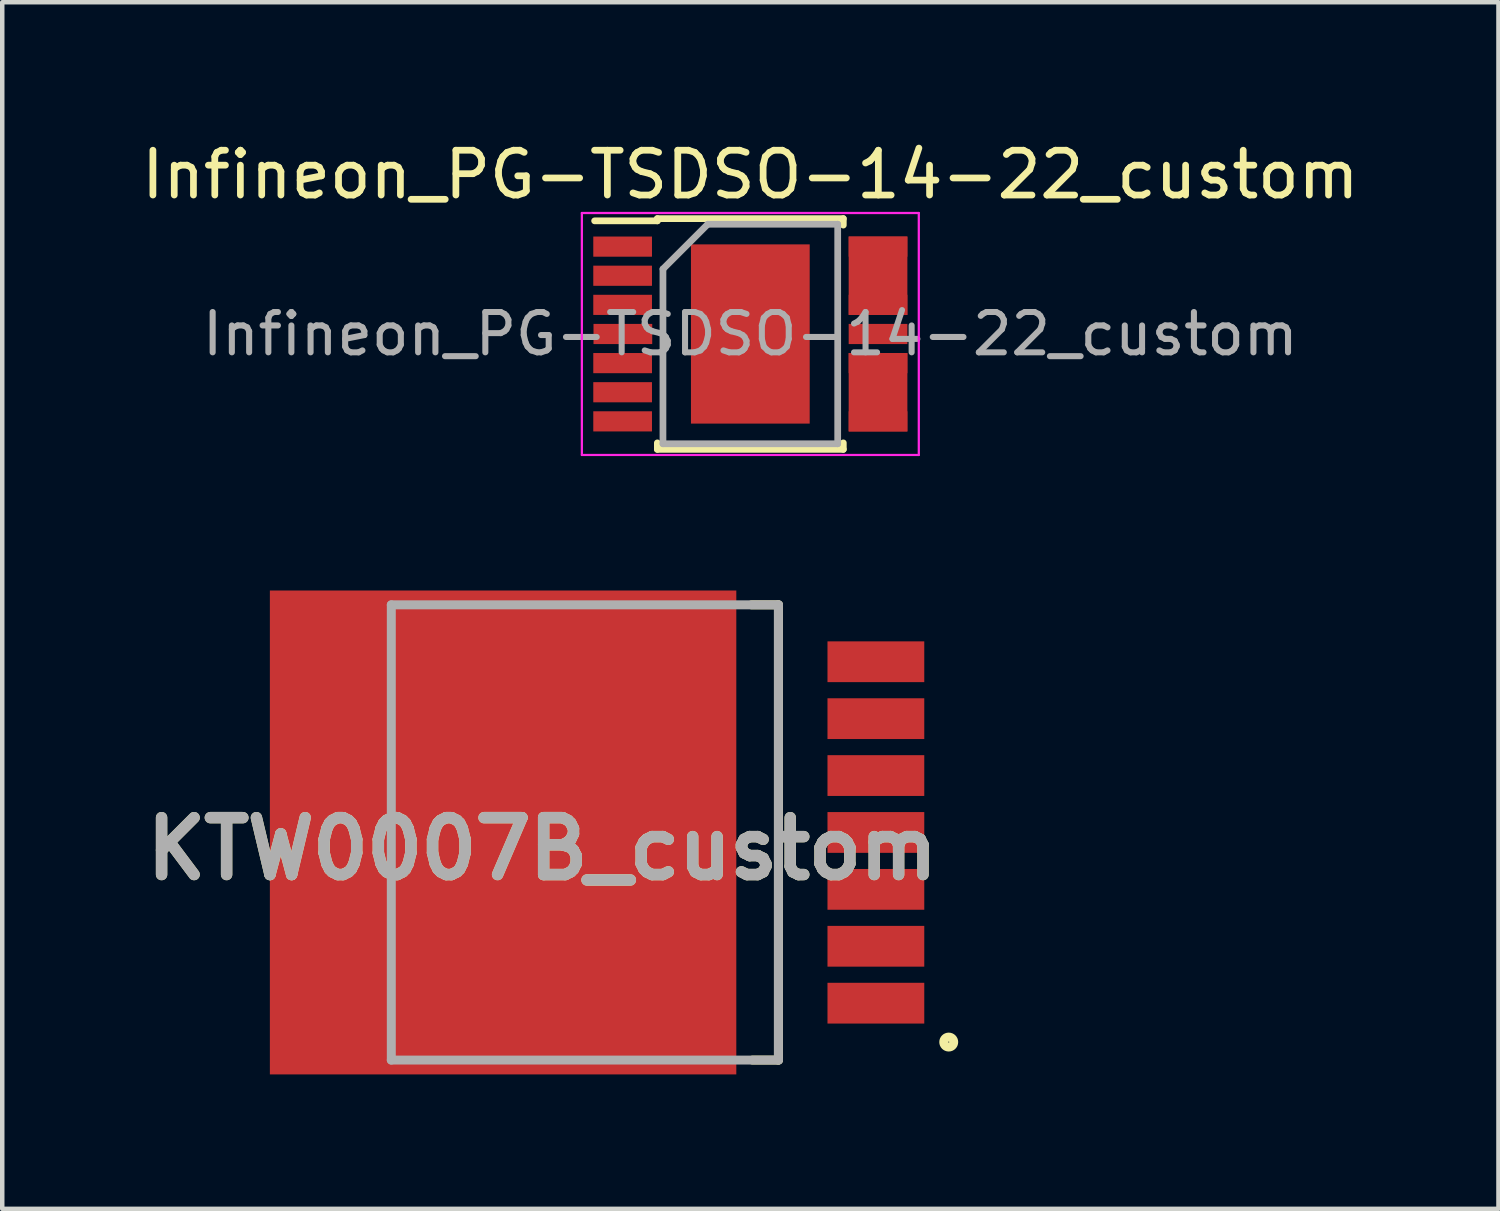
<source format=kicad_pcb>
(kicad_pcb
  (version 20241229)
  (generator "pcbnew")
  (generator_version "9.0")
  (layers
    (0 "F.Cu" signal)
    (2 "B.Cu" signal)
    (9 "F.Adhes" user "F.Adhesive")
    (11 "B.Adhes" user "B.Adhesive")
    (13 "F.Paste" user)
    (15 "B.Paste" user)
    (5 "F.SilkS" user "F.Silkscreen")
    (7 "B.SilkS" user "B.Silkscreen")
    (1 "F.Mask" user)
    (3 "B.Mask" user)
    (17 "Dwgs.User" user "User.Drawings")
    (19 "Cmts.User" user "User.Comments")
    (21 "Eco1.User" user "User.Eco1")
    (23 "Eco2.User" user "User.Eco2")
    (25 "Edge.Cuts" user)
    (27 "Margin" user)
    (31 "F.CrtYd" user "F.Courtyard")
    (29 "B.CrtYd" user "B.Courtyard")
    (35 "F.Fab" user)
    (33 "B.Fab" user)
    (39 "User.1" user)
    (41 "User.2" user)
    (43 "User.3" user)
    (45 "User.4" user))
  (footprint "KTW0007B_custom"
    (layer "F.Cu")
    (at 14.323 10.449)
    (property "Reference" "KTW0007B_custom" (at -5.27 5.445 0) (layer "F.SilkS") (effects (font (size 1.27 1.27) (thickness 0.254))))
    (attr smd)
    (fp_line (start 0 0) (end -0.601 0) (stroke (width 0.2) (type solid)) (layer "F.SilkS"))
    (fp_line (start 0 0) (end 0 10.16) (stroke (width 0.2) (type solid)) (layer "F.SilkS"))
    (fp_line (start 0 10.16) (end -0.579 10.16) (stroke (width 0.2) (type solid)) (layer "F.SilkS"))
    (fp_circle (center 3.801 9.758) (end 3.801 9.869) (stroke (width 0.2) (type solid)) (fill no) (layer "F.SilkS"))
    (fp_rect (start -11.01 0.527) (end -8.29 4.853) (stroke (width 0.1) (type solid)) (fill yes) (layer "F.Paste"))
    (fp_rect (start -11.01 5.527) (end -8.29 9.852) (stroke (width 0.1) (type solid)) (fill yes) (layer "F.Paste"))
    (fp_rect (start -7.51 0.527) (end -4.79 4.853) (stroke (width 0.1) (type solid)) (fill yes) (layer "F.Paste"))
    (fp_rect (start -7.51 5.527) (end -4.79 9.852) (stroke (width 0.1) (type solid)) (fill yes) (layer "F.Paste"))
    (fp_rect (start -4.01 0.527) (end -1.29 4.853) (stroke (width 0.1) (type solid)) (fill yes) (layer "F.Paste"))
    (fp_rect (start -4.01 5.527) (end -1.29 9.852) (stroke (width 0.1) (type solid)) (fill yes) (layer "F.Paste"))
    (fp_line (start -8.64 0) (end 0 0) (stroke (width 0.2) (type solid)) (layer "F.Fab"))
    (fp_line (start -8.64 10.16) (end -8.64 0) (stroke (width 0.2) (type solid)) (layer "F.Fab"))
    (fp_line (start 0 0) (end 0 10.16) (stroke (width 0.2) (type solid)) (layer "F.Fab"))
    (fp_line (start 0 10.16) (end -8.64 10.16) (stroke (width 0.2) (type solid)) (layer "F.Fab"))
    (fp_text user "${REFERENCE}" (at -5.27 5.445 0) (layer "F.Fab") (effects (font (size 1.27 1.27) (thickness 0.254))))
    (pad "1" smd rect (at 2.175 8.89 90) (size 0.91 2.16) (layers "F.Cu" "F.Mask" "F.Paste"))
    (pad "2" smd rect (at 2.175 7.62 90) (size 0.91 2.16) (layers "F.Cu" "F.Mask" "F.Paste"))
    (pad "3" smd rect (at 2.175 6.35 90) (size 0.91 2.16) (layers "F.Cu" "F.Mask" "F.Paste"))
    (pad "4" smd rect (at 2.175 5.08 90) (size 0.91 2.16) (layers "F.Cu" "F.Mask" "F.Paste"))
    (pad "5" smd rect (at 2.175 3.81 90) (size 0.91 2.16) (layers "F.Cu" "F.Mask" "F.Paste"))
    (pad "6" smd rect (at 2.175 2.54 90) (size 0.91 2.16) (layers "F.Cu" "F.Mask" "F.Paste"))
    (pad "7" smd rect (at 2.175 1.27 90) (size 0.91 2.16) (layers "F.Cu" "F.Mask" "F.Paste"))
    (pad "8" smd rect (at -6.145 5.08) (size 10.41 10.8) (layers "F.Cu" "F.Mask")))
  (footprint "Infineon_PG-TSDSO-14-22_custom"
    (layer "F.Cu")
    (at 13.696 4.404)
    (property "Reference" "Infineon_PG-TSDSO-14-22_custom" (at 0 -3.556 180) (layer "F.SilkS") (effects (font (size 1 1) (thickness 0.15))))
    (attr smd)
    (fp_line (start -2.075 -2.575) (end -2.075 -2.525) (stroke (width 0.15) (type solid)) (layer "F.SilkS"))
    (fp_line (start -2.075 -2.575) (end 2.075 -2.575) (stroke (width 0.15) (type solid)) (layer "F.SilkS"))
    (fp_line (start -2.075 -2.525) (end -3.475 -2.525) (stroke (width 0.15) (type solid)) (layer "F.SilkS"))
    (fp_line (start -2.075 2.575) (end -2.075 2.43) (stroke (width 0.15) (type solid)) (layer "F.SilkS"))
    (fp_line (start -2.075 2.575) (end 2.075 2.575) (stroke (width 0.15) (type solid)) (layer "F.SilkS"))
    (fp_line (start 2.075 -2.575) (end 2.075 -2.43) (stroke (width 0.15) (type solid)) (layer "F.SilkS"))
    (fp_line (start 2.075 2.575) (end 2.075 2.43) (stroke (width 0.15) (type solid)) (layer "F.SilkS"))
    (fp_line (start -3.76 -2.7) (end -3.76 2.7) (stroke (width 0.05) (type solid)) (layer "F.CrtYd"))
    (fp_line (start -3.76 -2.7) (end 3.76 -2.7) (stroke (width 0.05) (type solid)) (layer "F.CrtYd"))
    (fp_line (start -3.76 2.7) (end 3.76 2.7) (stroke (width 0.05) (type solid)) (layer "F.CrtYd"))
    (fp_line (start 3.76 -2.7) (end 3.76 2.7) (stroke (width 0.05) (type solid)) (layer "F.CrtYd"))
    (fp_line (start -1.95 -1.45) (end -0.95 -2.45) (stroke (width 0.15) (type solid)) (layer "F.Fab"))
    (fp_line (start -1.95 2.45) (end -1.95 -1.45) (stroke (width 0.15) (type solid)) (layer "F.Fab"))
    (fp_line (start -0.95 -2.45) (end 1.95 -2.45) (stroke (width 0.15) (type solid)) (layer "F.Fab"))
    (fp_line (start 1.95 -2.45) (end 1.95 2.45) (stroke (width 0.15) (type solid)) (layer "F.Fab"))
    (fp_line (start 1.95 2.45) (end -1.95 2.45) (stroke (width 0.15) (type solid)) (layer "F.Fab"))
    (fp_text user "${REFERENCE}" (at 0 0 180) (layer "F.Fab") (effects (font (size 0.9 0.9) (thickness 0.135))))
    (pad "" smd rect (at 0 -1.075) (size 2.65 1.85) (layers "F.Paste"))
    (pad "" smd rect (at 0 1.075) (size 2.65 1.85) (layers "F.Paste"))
    (pad "1" smd rect (at -2.85 -1.95) (size 1.31 0.45) (layers "F.Cu" "F.Mask" "F.Paste"))
    (pad "2" smd rect (at -2.85 -1.3) (size 1.31 0.45) (layers "F.Cu" "F.Mask" "F.Paste"))
    (pad "3" smd rect (at -2.85 -0.65) (size 1.31 0.45) (layers "F.Cu" "F.Mask" "F.Paste"))
    (pad "4" smd rect (at -2.845 0) (size 1.31 0.45) (layers "F.Cu" "F.Mask" "F.Paste"))
    (pad "5" smd rect (at -2.85 0.65) (size 1.31 0.45) (layers "F.Cu" "F.Mask" "F.Paste"))
    (pad "6" smd rect (at -2.85 1.3) (size 1.31 0.45) (layers "F.Cu" "F.Mask" "F.Paste"))
    (pad "7" smd rect (at -2.85 1.95) (size 1.31 0.45) (layers "F.Cu" "F.Mask" "F.Paste"))
    (pad "8" smd rect (at 2.85 1.95) (size 1.31 0.45) (layers "F.Cu" "F.Mask" "F.Paste"))
    (pad "9" smd rect (at 2.85 1.3) (size 1.31 1.75) (layers "F.Cu" "F.Mask" "F.Paste"))
    (pad "10" smd rect (at 2.85 0.65) (size 1.31 0.45) (layers "F.Cu" "F.Mask" "F.Paste"))
    (pad "11" smd rect (at 2.85 0) (size 1.31 0.45) (layers "F.Cu" "F.Mask" "F.Paste"))
    (pad "12" smd rect (at 2.85 -0.65) (size 1.31 0.45) (layers "F.Cu" "F.Mask" "F.Paste"))
    (pad "13" smd rect (at 2.85 -1.3) (size 1.31 1.75) (layers "F.Cu" "F.Mask" "F.Paste"))
    (pad "14" smd rect (at 2.85 -1.95) (size 1.31 0.45) (layers "F.Cu" "F.Mask" "F.Paste"))
    (pad "15" smd rect (at 0 0) (size 2.65 4) (layers "F.Cu" "F.Mask")))
  (gr_rect
    (start -3 -3)
    (end 30.393 23.929)
    (stroke (width 0.1) (type default))
    (fill no)
    (layer "Edge.Cuts")))
</source>
